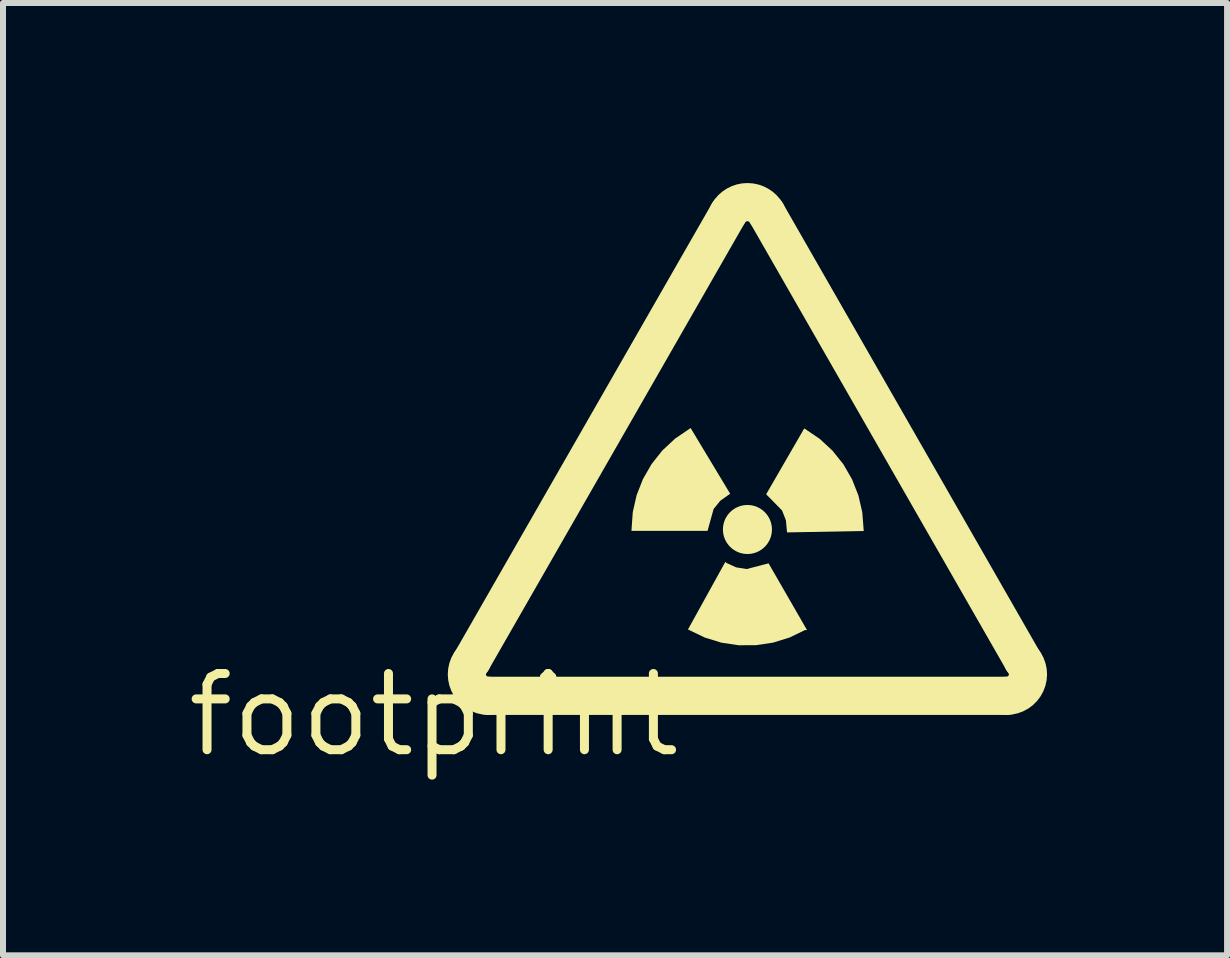
<source format=kicad_pcb>
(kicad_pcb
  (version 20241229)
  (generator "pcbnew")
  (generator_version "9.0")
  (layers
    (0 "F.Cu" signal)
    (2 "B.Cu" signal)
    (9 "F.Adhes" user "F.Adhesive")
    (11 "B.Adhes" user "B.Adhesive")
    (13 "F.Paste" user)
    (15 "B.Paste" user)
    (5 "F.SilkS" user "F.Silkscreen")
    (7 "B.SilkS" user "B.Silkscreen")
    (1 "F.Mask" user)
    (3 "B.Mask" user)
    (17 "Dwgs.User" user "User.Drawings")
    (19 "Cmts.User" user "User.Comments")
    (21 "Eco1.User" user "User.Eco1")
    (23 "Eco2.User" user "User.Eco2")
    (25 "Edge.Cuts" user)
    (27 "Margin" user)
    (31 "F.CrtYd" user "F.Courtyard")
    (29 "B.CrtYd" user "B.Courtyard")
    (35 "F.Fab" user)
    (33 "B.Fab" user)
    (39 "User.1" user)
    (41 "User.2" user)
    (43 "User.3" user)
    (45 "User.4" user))
  (footprint "footprint"
    (layer "F.Cu")
    (at 4.18 8.864)
    (property "Reference" "footprint" (at 0 0 0) (layer "F.SilkS") (effects (font (size 1.27 1.27) (thickness 0.15))))
    (fp_line (start 0.636 -0.909) (end 4.908 -8.361) (stroke (width 0.636) (type solid)) (layer "F.SilkS"))
    (fp_line (start 0.909 -0.318) (end 9.543 -0.318) (stroke (width 0.636) (type solid)) (layer "F.SilkS"))
    (fp_line (start 9.815 -0.909) (end 5.544 -8.361) (stroke (width 0.636) (type solid)) (layer "F.SilkS"))
    (fp_arc (start 0.9088 -0.3181) (mid 0.583517 -0.526235) (end 0.636199 -0.908798) (stroke (width 0.6362) (type solid)) (layer "F.SilkS"))
    (fp_arc (start 4.907699 -8.361198) (mid 5.225749 -8.545491) (end 5.5438 -8.3612) (stroke (width 0.6362) (type solid)) (layer "F.SilkS"))
    (fp_arc (start 9.8153 -0.908799) (mid 9.867983 -0.526236) (end 9.5427 -0.3181) (stroke (width 0.6362) (type solid)) (layer "F.SilkS"))
    (fp_circle (center 5.226 -3.09) (end 5.43 -3.09) (stroke (width 0.409) (type solid)) (fill yes) (layer "F.SilkS"))
    (fp_poly (pts (xy 4.938 -3.686) (xy 4.773 -3.569) (xy 4.662 -3.431) (xy 4.561 -3.067) (xy 3.293 -3.067) (xy 3.315 -3.379) (xy 3.379 -3.661) (xy 3.485 -3.931) (xy 3.629 -4.181) (xy 3.809 -4.408) (xy 4.021 -4.605) (xy 4.279 -4.781)) (stroke (width 0) (type solid)) (fill yes) (layer "F.SilkS"))
    (fp_poly (pts (xy 4.877 -2.532) (xy 5.038 -2.459) (xy 5.212 -2.431) (xy 5.578 -2.526) (xy 6.219 -1.414) (xy 6.185 -1.414) (xy 5.931 -1.291) (xy 5.655 -1.205) (xy 5.368 -1.162) (xy 5.079 -1.161) (xy 4.793 -1.204) (xy 4.516 -1.289) (xy 4.235 -1.424) (xy 4.858 -2.551)) (stroke (width 0) (type solid)) (fill yes) (layer "F.SilkS"))
    (fp_poly (pts (xy 6.431 -4.6) (xy 6.643 -4.404) (xy 6.824 -4.178) (xy 6.969 -3.927) (xy 7.075 -3.658) (xy 7.14 -3.376) (xy 7.164 -3.065) (xy 5.907 -3.042) (xy 5.886 -3.041) (xy 5.867 -3.243) (xy 5.803 -3.407) (xy 5.538 -3.677) (xy 6.152 -4.739) (xy 6.149 -4.741) (xy 6.176 -4.773)) (stroke (width 0) (type solid)) (fill yes) (layer "F.SilkS")))
  (gr_rect
    (start -3 -3)
    (end 17.399 12.87)
    (stroke (width 0.1) (type default))
    (fill no)
    (layer "Edge.Cuts")))
</source>
